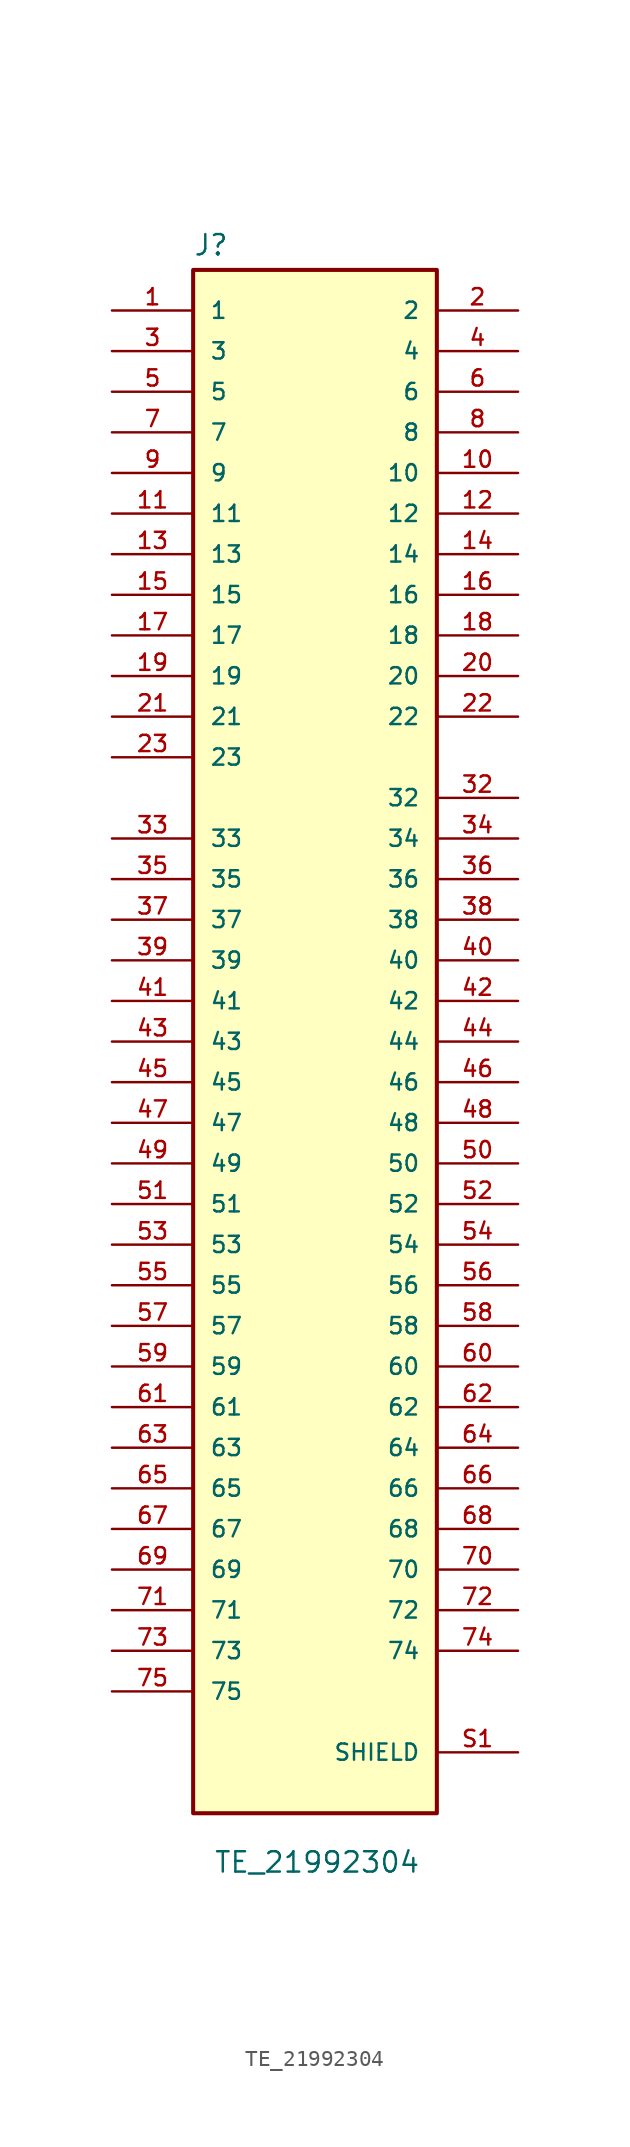
<source format=kicad_sym>
(kicad_symbol_lib
  (version 20211014)
  (generator kicad_symbol_editor)
  (symbol "TE_21992304"
    (pin_names
      (offset 1.016))
    (property "Reference" "J"
      (at -7.627 49.066 0)
      (effects (font (size 1.27 1.27)) (justify left bottom)))
    (property "Value" "TE_21992304"
      (at -6.35 -52.07 0)
      (effects (font (size 1.27 1.27)) (justify left bottom)))
    (symbol "TE_21992304_0_0"
      (rectangle (start -7.62 -48.26) (end 7.62 48.26) (stroke (width 0.254) (type default) (color 0 0 0 0)) (fill (type background)))
      (pin passive line (at -12.7 45.72 0) (length 5.08) (name "1" (effects (font (size 1.016 1.016)))) (number "1" (effects (font (size 1.016 1.016)))))
      (pin passive line (at 12.7 35.56 180) (length 5.08) (name "10" (effects (font (size 1.016 1.016)))) (number "10" (effects (font (size 1.016 1.016)))))
      (pin passive line (at -12.7 33.02 0) (length 5.08) (name "11" (effects (font (size 1.016 1.016)))) (number "11" (effects (font (size 1.016 1.016)))))
      (pin passive line (at 12.7 33.02 180) (length 5.08) (name "12" (effects (font (size 1.016 1.016)))) (number "12" (effects (font (size 1.016 1.016)))))
      (pin passive line (at -12.7 30.48 0) (length 5.08) (name "13" (effects (font (size 1.016 1.016)))) (number "13" (effects (font (size 1.016 1.016)))))
      (pin passive line (at 12.7 30.48 180) (length 5.08) (name "14" (effects (font (size 1.016 1.016)))) (number "14" (effects (font (size 1.016 1.016)))))
      (pin passive line (at -12.7 27.94 0) (length 5.08) (name "15" (effects (font (size 1.016 1.016)))) (number "15" (effects (font (size 1.016 1.016)))))
      (pin passive line (at 12.7 27.94 180) (length 5.08) (name "16" (effects (font (size 1.016 1.016)))) (number "16" (effects (font (size 1.016 1.016)))))
      (pin passive line (at -12.7 25.4 0) (length 5.08) (name "17" (effects (font (size 1.016 1.016)))) (number "17" (effects (font (size 1.016 1.016)))))
      (pin passive line (at 12.7 25.4 180) (length 5.08) (name "18" (effects (font (size 1.016 1.016)))) (number "18" (effects (font (size 1.016 1.016)))))
      (pin passive line (at -12.7 22.86 0) (length 5.08) (name "19" (effects (font (size 1.016 1.016)))) (number "19" (effects (font (size 1.016 1.016)))))
      (pin passive line (at 12.7 45.72 180) (length 5.08) (name "2" (effects (font (size 1.016 1.016)))) (number "2" (effects (font (size 1.016 1.016)))))
      (pin passive line (at 12.7 22.86 180) (length 5.08) (name "20" (effects (font (size 1.016 1.016)))) (number "20" (effects (font (size 1.016 1.016)))))
      (pin passive line (at -12.7 20.32 0) (length 5.08) (name "21" (effects (font (size 1.016 1.016)))) (number "21" (effects (font (size 1.016 1.016)))))
      (pin passive line (at 12.7 20.32 180) (length 5.08) (name "22" (effects (font (size 1.016 1.016)))) (number "22" (effects (font (size 1.016 1.016)))))
      (pin passive line (at -12.7 17.78 0) (length 5.08) (name "23" (effects (font (size 1.016 1.016)))) (number "23" (effects (font (size 1.016 1.016)))))
      (pin passive line (at -12.7 43.18 0) (length 5.08) (name "3" (effects (font (size 1.016 1.016)))) (number "3" (effects (font (size 1.016 1.016)))))
      (pin passive line (at 12.7 15.24 180) (length 5.08) (name "32" (effects (font (size 1.016 1.016)))) (number "32" (effects (font (size 1.016 1.016)))))
      (pin passive line (at -12.7 12.7 0) (length 5.08) (name "33" (effects (font (size 1.016 1.016)))) (number "33" (effects (font (size 1.016 1.016)))))
      (pin passive line (at 12.7 12.7 180) (length 5.08) (name "34" (effects (font (size 1.016 1.016)))) (number "34" (effects (font (size 1.016 1.016)))))
      (pin passive line (at -12.7 10.16 0) (length 5.08) (name "35" (effects (font (size 1.016 1.016)))) (number "35" (effects (font (size 1.016 1.016)))))
      (pin passive line (at 12.7 10.16 180) (length 5.08) (name "36" (effects (font (size 1.016 1.016)))) (number "36" (effects (font (size 1.016 1.016)))))
      (pin passive line (at -12.7 7.62 0) (length 5.08) (name "37" (effects (font (size 1.016 1.016)))) (number "37" (effects (font (size 1.016 1.016)))))
      (pin passive line (at 12.7 7.62 180) (length 5.08) (name "38" (effects (font (size 1.016 1.016)))) (number "38" (effects (font (size 1.016 1.016)))))
      (pin passive line (at -12.7 5.08 0) (length 5.08) (name "39" (effects (font (size 1.016 1.016)))) (number "39" (effects (font (size 1.016 1.016)))))
      (pin passive line (at 12.7 43.18 180) (length 5.08) (name "4" (effects (font (size 1.016 1.016)))) (number "4" (effects (font (size 1.016 1.016)))))
      (pin passive line (at 12.7 5.08 180) (length 5.08) (name "40" (effects (font (size 1.016 1.016)))) (number "40" (effects (font (size 1.016 1.016)))))
      (pin passive line (at -12.7 2.54 0) (length 5.08) (name "41" (effects (font (size 1.016 1.016)))) (number "41" (effects (font (size 1.016 1.016)))))
      (pin passive line (at 12.7 2.54 180) (length 5.08) (name "42" (effects (font (size 1.016 1.016)))) (number "42" (effects (font (size 1.016 1.016)))))
      (pin passive line (at -12.7 0 0) (length 5.08) (name "43" (effects (font (size 1.016 1.016)))) (number "43" (effects (font (size 1.016 1.016)))))
      (pin passive line (at 12.7 0 180) (length 5.08) (name "44" (effects (font (size 1.016 1.016)))) (number "44" (effects (font (size 1.016 1.016)))))
      (pin passive line (at -12.7 -2.54 0) (length 5.08) (name "45" (effects (font (size 1.016 1.016)))) (number "45" (effects (font (size 1.016 1.016)))))
      (pin passive line (at 12.7 -2.54 180) (length 5.08) (name "46" (effects (font (size 1.016 1.016)))) (number "46" (effects (font (size 1.016 1.016)))))
      (pin passive line (at -12.7 -5.08 0) (length 5.08) (name "47" (effects (font (size 1.016 1.016)))) (number "47" (effects (font (size 1.016 1.016)))))
      (pin passive line (at 12.7 -5.08 180) (length 5.08) (name "48" (effects (font (size 1.016 1.016)))) (number "48" (effects (font (size 1.016 1.016)))))
      (pin passive line (at -12.7 -7.62 0) (length 5.08) (name "49" (effects (font (size 1.016 1.016)))) (number "49" (effects (font (size 1.016 1.016)))))
      (pin passive line (at -12.7 40.64 0) (length 5.08) (name "5" (effects (font (size 1.016 1.016)))) (number "5" (effects (font (size 1.016 1.016)))))
      (pin passive line (at 12.7 -7.62 180) (length 5.08) (name "50" (effects (font (size 1.016 1.016)))) (number "50" (effects (font (size 1.016 1.016)))))
      (pin passive line (at -12.7 -10.16 0) (length 5.08) (name "51" (effects (font (size 1.016 1.016)))) (number "51" (effects (font (size 1.016 1.016)))))
      (pin passive line (at 12.7 -10.16 180) (length 5.08) (name "52" (effects (font (size 1.016 1.016)))) (number "52" (effects (font (size 1.016 1.016)))))
      (pin passive line (at -12.7 -12.7 0) (length 5.08) (name "53" (effects (font (size 1.016 1.016)))) (number "53" (effects (font (size 1.016 1.016)))))
      (pin passive line (at 12.7 -12.7 180) (length 5.08) (name "54" (effects (font (size 1.016 1.016)))) (number "54" (effects (font (size 1.016 1.016)))))
      (pin passive line (at -12.7 -15.24 0) (length 5.08) (name "55" (effects (font (size 1.016 1.016)))) (number "55" (effects (font (size 1.016 1.016)))))
      (pin passive line (at 12.7 -15.24 180) (length 5.08) (name "56" (effects (font (size 1.016 1.016)))) (number "56" (effects (font (size 1.016 1.016)))))
      (pin passive line (at -12.7 -17.78 0) (length 5.08) (name "57" (effects (font (size 1.016 1.016)))) (number "57" (effects (font (size 1.016 1.016)))))
      (pin passive line (at 12.7 -17.78 180) (length 5.08) (name "58" (effects (font (size 1.016 1.016)))) (number "58" (effects (font (size 1.016 1.016)))))
      (pin passive line (at -12.7 -20.32 0) (length 5.08) (name "59" (effects (font (size 1.016 1.016)))) (number "59" (effects (font (size 1.016 1.016)))))
      (pin passive line (at 12.7 40.64 180) (length 5.08) (name "6" (effects (font (size 1.016 1.016)))) (number "6" (effects (font (size 1.016 1.016)))))
      (pin passive line (at 12.7 -20.32 180) (length 5.08) (name "60" (effects (font (size 1.016 1.016)))) (number "60" (effects (font (size 1.016 1.016)))))
      (pin passive line (at -12.7 -22.86 0) (length 5.08) (name "61" (effects (font (size 1.016 1.016)))) (number "61" (effects (font (size 1.016 1.016)))))
      (pin passive line (at 12.7 -22.86 180) (length 5.08) (name "62" (effects (font (size 1.016 1.016)))) (number "62" (effects (font (size 1.016 1.016)))))
      (pin passive line (at -12.7 -25.4 0) (length 5.08) (name "63" (effects (font (size 1.016 1.016)))) (number "63" (effects (font (size 1.016 1.016)))))
      (pin passive line (at 12.7 -25.4 180) (length 5.08) (name "64" (effects (font (size 1.016 1.016)))) (number "64" (effects (font (size 1.016 1.016)))))
      (pin passive line (at -12.7 -27.94 0) (length 5.08) (name "65" (effects (font (size 1.016 1.016)))) (number "65" (effects (font (size 1.016 1.016)))))
      (pin passive line (at 12.7 -27.94 180) (length 5.08) (name "66" (effects (font (size 1.016 1.016)))) (number "66" (effects (font (size 1.016 1.016)))))
      (pin passive line (at -12.7 -30.48 0) (length 5.08) (name "67" (effects (font (size 1.016 1.016)))) (number "67" (effects (font (size 1.016 1.016)))))
      (pin passive line (at 12.7 -30.48 180) (length 5.08) (name "68" (effects (font (size 1.016 1.016)))) (number "68" (effects (font (size 1.016 1.016)))))
      (pin passive line (at -12.7 -33.02 0) (length 5.08) (name "69" (effects (font (size 1.016 1.016)))) (number "69" (effects (font (size 1.016 1.016)))))
      (pin passive line (at -12.7 38.1 0) (length 5.08) (name "7" (effects (font (size 1.016 1.016)))) (number "7" (effects (font (size 1.016 1.016)))))
      (pin passive line (at 12.7 -33.02 180) (length 5.08) (name "70" (effects (font (size 1.016 1.016)))) (number "70" (effects (font (size 1.016 1.016)))))
      (pin passive line (at -12.7 -35.56 0) (length 5.08) (name "71" (effects (font (size 1.016 1.016)))) (number "71" (effects (font (size 1.016 1.016)))))
      (pin passive line (at 12.7 -35.56 180) (length 5.08) (name "72" (effects (font (size 1.016 1.016)))) (number "72" (effects (font (size 1.016 1.016)))))
      (pin passive line (at -12.7 -38.1 0) (length 5.08) (name "73" (effects (font (size 1.016 1.016)))) (number "73" (effects (font (size 1.016 1.016)))))
      (pin passive line (at 12.7 -38.1 180) (length 5.08) (name "74" (effects (font (size 1.016 1.016)))) (number "74" (effects (font (size 1.016 1.016)))))
      (pin passive line (at -12.7 -40.64 0) (length 5.08) (name "75" (effects (font (size 1.016 1.016)))) (number "75" (effects (font (size 1.016 1.016)))))
      (pin passive line (at 12.7 38.1 180) (length 5.08) (name "8" (effects (font (size 1.016 1.016)))) (number "8" (effects (font (size 1.016 1.016)))))
      (pin passive line (at -12.7 35.56 0) (length 5.08) (name "9" (effects (font (size 1.016 1.016)))) (number "9" (effects (font (size 1.016 1.016)))))
      (pin passive line (at 12.7 -44.45 180) (length 5.08) (name "SHIELD" (effects (font (size 1.016 1.016)))) (number "S1" (effects (font (size 1.016 1.016))))))))
</source>
